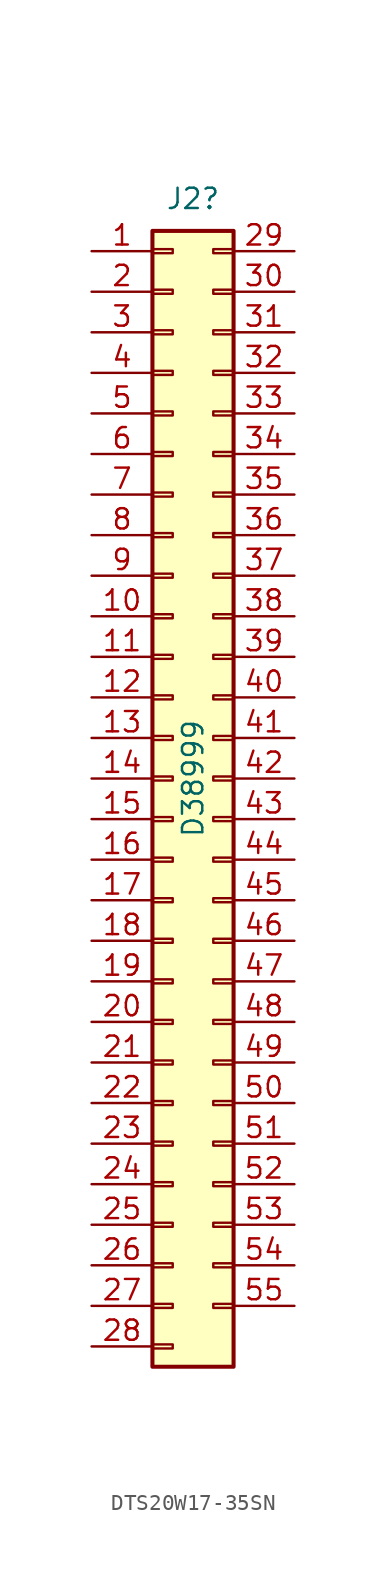
<source format=kicad_sym>
(kicad_symbol_lib
  (version 20220914)
  (generator kicad_symbol_editor)
  (symbol "DTS20W17-35SN"
    (pin_names
      (offset 1.016) hide)
    (property "Reference" "J2"
      (at 1.27 35.56 0)
      (effects (font (size 1.27 1.27)) (justify bottom)))
    (property "Value" "D38999"
      (at 1.27 0 90)
      (effects (font (size 1.27 1.27))))
    (symbol "DTS20W17-35SN_1_1"
      (rectangle (start -1.27 -35.433) (end 0 -35.687) (stroke (width 0.152) (type default)) (fill (type none)))
      (rectangle (start -1.27 -32.893) (end 0 -33.147) (stroke (width 0.152) (type default)) (fill (type none)))
      (rectangle (start -1.27 -30.353) (end 0 -30.607) (stroke (width 0.152) (type default)) (fill (type none)))
      (rectangle (start -1.27 -27.813) (end 0 -28.067) (stroke (width 0.152) (type default)) (fill (type none)))
      (rectangle (start -1.27 -25.273) (end 0 -25.527) (stroke (width 0.152) (type default)) (fill (type none)))
      (rectangle (start -1.27 -22.733) (end 0 -22.987) (stroke (width 0.152) (type default)) (fill (type none)))
      (rectangle (start -1.27 -20.193) (end 0 -20.447) (stroke (width 0.152) (type default)) (fill (type none)))
      (rectangle (start -1.27 -17.653) (end 0 -17.907) (stroke (width 0.152) (type default)) (fill (type none)))
      (rectangle (start -1.27 -15.113) (end 0 -15.367) (stroke (width 0.152) (type default)) (fill (type none)))
      (rectangle (start -1.27 -12.573) (end 0 -12.827) (stroke (width 0.152) (type default)) (fill (type none)))
      (rectangle (start -1.27 -10.033) (end 0 -10.287) (stroke (width 0.152) (type default)) (fill (type none)))
      (rectangle (start -1.27 -7.493) (end 0 -7.747) (stroke (width 0.152) (type default)) (fill (type none)))
      (rectangle (start -1.27 -4.953) (end 0 -5.207) (stroke (width 0.152) (type default)) (fill (type none)))
      (rectangle (start -1.27 -2.413) (end 0 -2.667) (stroke (width 0.152) (type default)) (fill (type none)))
      (rectangle (start -1.27 0.127) (end 0 -0.127) (stroke (width 0.152) (type default)) (fill (type none)))
      (rectangle (start -1.27 2.667) (end 0 2.413) (stroke (width 0.152) (type default)) (fill (type none)))
      (rectangle (start -1.27 5.207) (end 0 4.953) (stroke (width 0.152) (type default)) (fill (type none)))
      (rectangle (start -1.27 7.747) (end 0 7.493) (stroke (width 0.152) (type default)) (fill (type none)))
      (rectangle (start -1.27 10.287) (end 0 10.033) (stroke (width 0.152) (type default)) (fill (type none)))
      (rectangle (start -1.27 12.827) (end 0 12.573) (stroke (width 0.152) (type default)) (fill (type none)))
      (rectangle (start -1.27 15.367) (end 0 15.113) (stroke (width 0.152) (type default)) (fill (type none)))
      (rectangle (start -1.27 17.907) (end 0 17.653) (stroke (width 0.152) (type default)) (fill (type none)))
      (rectangle (start -1.27 20.447) (end 0 20.193) (stroke (width 0.152) (type default)) (fill (type none)))
      (rectangle (start -1.27 22.987) (end 0 22.733) (stroke (width 0.152) (type default)) (fill (type none)))
      (rectangle (start -1.27 25.527) (end 0 25.273) (stroke (width 0.152) (type default)) (fill (type none)))
      (rectangle (start -1.27 28.067) (end 0 27.813) (stroke (width 0.152) (type default)) (fill (type none)))
      (rectangle (start -1.27 30.607) (end 0 30.353) (stroke (width 0.152) (type default)) (fill (type none)))
      (rectangle (start -1.27 33.147) (end 0 32.893) (stroke (width 0.152) (type default)) (fill (type none)))
      (rectangle (start -1.27 34.29) (end 3.81 -36.83) (stroke (width 0.254) (type default)) (fill (type background)))
      (rectangle (start 3.81 -32.893) (end 2.54 -33.147) (stroke (width 0.152) (type default)) (fill (type none)))
      (rectangle (start 3.81 -30.353) (end 2.54 -30.607) (stroke (width 0.152) (type default)) (fill (type none)))
      (rectangle (start 3.81 -27.813) (end 2.54 -28.067) (stroke (width 0.152) (type default)) (fill (type none)))
      (rectangle (start 3.81 -25.273) (end 2.54 -25.527) (stroke (width 0.152) (type default)) (fill (type none)))
      (rectangle (start 3.81 -22.733) (end 2.54 -22.987) (stroke (width 0.152) (type default)) (fill (type none)))
      (rectangle (start 3.81 -20.193) (end 2.54 -20.447) (stroke (width 0.152) (type default)) (fill (type none)))
      (rectangle (start 3.81 -17.653) (end 2.54 -17.907) (stroke (width 0.152) (type default)) (fill (type none)))
      (rectangle (start 3.81 -15.113) (end 2.54 -15.367) (stroke (width 0.152) (type default)) (fill (type none)))
      (rectangle (start 3.81 -12.573) (end 2.54 -12.827) (stroke (width 0.152) (type default)) (fill (type none)))
      (rectangle (start 3.81 -10.033) (end 2.54 -10.287) (stroke (width 0.152) (type default)) (fill (type none)))
      (rectangle (start 3.81 -7.493) (end 2.54 -7.747) (stroke (width 0.152) (type default)) (fill (type none)))
      (rectangle (start 3.81 -4.953) (end 2.54 -5.207) (stroke (width 0.152) (type default)) (fill (type none)))
      (rectangle (start 3.81 -2.413) (end 2.54 -2.667) (stroke (width 0.152) (type default)) (fill (type none)))
      (rectangle (start 3.81 0.127) (end 2.54 -0.127) (stroke (width 0.152) (type default)) (fill (type none)))
      (rectangle (start 3.81 2.667) (end 2.54 2.413) (stroke (width 0.152) (type default)) (fill (type none)))
      (rectangle (start 3.81 5.207) (end 2.54 4.953) (stroke (width 0.152) (type default)) (fill (type none)))
      (rectangle (start 3.81 7.747) (end 2.54 7.493) (stroke (width 0.152) (type default)) (fill (type none)))
      (rectangle (start 3.81 10.287) (end 2.54 10.033) (stroke (width 0.152) (type default)) (fill (type none)))
      (rectangle (start 3.81 12.827) (end 2.54 12.573) (stroke (width 0.152) (type default)) (fill (type none)))
      (rectangle (start 3.81 15.367) (end 2.54 15.113) (stroke (width 0.152) (type default)) (fill (type none)))
      (rectangle (start 3.81 17.907) (end 2.54 17.653) (stroke (width 0.152) (type default)) (fill (type none)))
      (rectangle (start 3.81 20.447) (end 2.54 20.193) (stroke (width 0.152) (type default)) (fill (type none)))
      (rectangle (start 3.81 22.987) (end 2.54 22.733) (stroke (width 0.152) (type default)) (fill (type none)))
      (rectangle (start 3.81 25.527) (end 2.54 25.273) (stroke (width 0.152) (type default)) (fill (type none)))
      (rectangle (start 3.81 28.067) (end 2.54 27.813) (stroke (width 0.152) (type default)) (fill (type none)))
      (rectangle (start 3.81 30.607) (end 2.54 30.353) (stroke (width 0.152) (type default)) (fill (type none)))
      (rectangle (start 3.81 33.147) (end 2.54 32.893) (stroke (width 0.152) (type default)) (fill (type none)))
      (pin passive line (at -5.08 33.02 0) (length 3.81) (name "Pin_1" (effects (font (size 1.27 1.27)))) (number "1" (effects (font (size 1.27 1.27)))))
      (pin passive line (at -5.08 10.16 0) (length 3.81) (name "Pin_10" (effects (font (size 1.27 1.27)))) (number "10" (effects (font (size 1.27 1.27)))))
      (pin passive line (at -5.08 7.62 0) (length 3.81) (name "Pin_11" (effects (font (size 1.27 1.27)))) (number "11" (effects (font (size 1.27 1.27)))))
      (pin passive line (at -5.08 5.08 0) (length 3.81) (name "Pin_12" (effects (font (size 1.27 1.27)))) (number "12" (effects (font (size 1.27 1.27)))))
      (pin passive line (at -5.08 2.54 0) (length 3.81) (name "Pin_13" (effects (font (size 1.27 1.27)))) (number "13" (effects (font (size 1.27 1.27)))))
      (pin passive line (at -5.08 0 0) (length 3.81) (name "Pin_14" (effects (font (size 1.27 1.27)))) (number "14" (effects (font (size 1.27 1.27)))))
      (pin passive line (at -5.08 -2.54 0) (length 3.81) (name "Pin_15" (effects (font (size 1.27 1.27)))) (number "15" (effects (font (size 1.27 1.27)))))
      (pin passive line (at -5.08 -5.08 0) (length 3.81) (name "Pin_16" (effects (font (size 1.27 1.27)))) (number "16" (effects (font (size 1.27 1.27)))))
      (pin passive line (at -5.08 -7.62 0) (length 3.81) (name "Pin_17" (effects (font (size 1.27 1.27)))) (number "17" (effects (font (size 1.27 1.27)))))
      (pin passive line (at -5.08 -10.16 0) (length 3.81) (name "Pin_18" (effects (font (size 1.27 1.27)))) (number "18" (effects (font (size 1.27 1.27)))))
      (pin passive line (at -5.08 -12.7 0) (length 3.81) (name "Pin_19" (effects (font (size 1.27 1.27)))) (number "19" (effects (font (size 1.27 1.27)))))
      (pin passive line (at -5.08 30.48 0) (length 3.81) (name "Pin_2" (effects (font (size 1.27 1.27)))) (number "2" (effects (font (size 1.27 1.27)))))
      (pin passive line (at -5.08 -15.24 0) (length 3.81) (name "Pin_20" (effects (font (size 1.27 1.27)))) (number "20" (effects (font (size 1.27 1.27)))))
      (pin passive line (at -5.08 -17.78 0) (length 3.81) (name "Pin_21" (effects (font (size 1.27 1.27)))) (number "21" (effects (font (size 1.27 1.27)))))
      (pin passive line (at -5.08 -20.32 0) (length 3.81) (name "Pin_22" (effects (font (size 1.27 1.27)))) (number "22" (effects (font (size 1.27 1.27)))))
      (pin passive line (at -5.08 -22.86 0) (length 3.81) (name "Pin_23" (effects (font (size 1.27 1.27)))) (number "23" (effects (font (size 1.27 1.27)))))
      (pin passive line (at -5.08 -25.4 0) (length 3.81) (name "Pin_24" (effects (font (size 1.27 1.27)))) (number "24" (effects (font (size 1.27 1.27)))))
      (pin passive line (at -5.08 -27.94 0) (length 3.81) (name "Pin_25" (effects (font (size 1.27 1.27)))) (number "25" (effects (font (size 1.27 1.27)))))
      (pin passive line (at -5.08 -30.48 0) (length 3.81) (name "Pin_26" (effects (font (size 1.27 1.27)))) (number "26" (effects (font (size 1.27 1.27)))))
      (pin passive line (at -5.08 -33.02 0) (length 3.81) (name "Pin_27" (effects (font (size 1.27 1.27)))) (number "27" (effects (font (size 1.27 1.27)))))
      (pin passive line (at -5.08 -35.56 0) (length 3.81) (name "Pin_28" (effects (font (size 1.27 1.27)))) (number "28" (effects (font (size 1.27 1.27)))))
      (pin passive line (at 7.62 33.02 180) (length 3.81) (name "Pin_29" (effects (font (size 1.27 1.27)))) (number "29" (effects (font (size 1.27 1.27)))))
      (pin passive line (at -5.08 27.94 0) (length 3.81) (name "Pin_3" (effects (font (size 1.27 1.27)))) (number "3" (effects (font (size 1.27 1.27)))))
      (pin passive line (at 7.62 30.48 180) (length 3.81) (name "Pin_30" (effects (font (size 1.27 1.27)))) (number "30" (effects (font (size 1.27 1.27)))))
      (pin passive line (at 7.62 27.94 180) (length 3.81) (name "Pin_31" (effects (font (size 1.27 1.27)))) (number "31" (effects (font (size 1.27 1.27)))))
      (pin passive line (at 7.62 25.4 180) (length 3.81) (name "Pin_32" (effects (font (size 1.27 1.27)))) (number "32" (effects (font (size 1.27 1.27)))))
      (pin passive line (at 7.62 22.86 180) (length 3.81) (name "Pin_33" (effects (font (size 1.27 1.27)))) (number "33" (effects (font (size 1.27 1.27)))))
      (pin passive line (at 7.62 20.32 180) (length 3.81) (name "Pin_34" (effects (font (size 1.27 1.27)))) (number "34" (effects (font (size 1.27 1.27)))))
      (pin passive line (at 7.62 17.78 180) (length 3.81) (name "Pin_35" (effects (font (size 1.27 1.27)))) (number "35" (effects (font (size 1.27 1.27)))))
      (pin passive line (at 7.62 15.24 180) (length 3.81) (name "Pin_36" (effects (font (size 1.27 1.27)))) (number "36" (effects (font (size 1.27 1.27)))))
      (pin passive line (at 7.62 12.7 180) (length 3.81) (name "Pin_37" (effects (font (size 1.27 1.27)))) (number "37" (effects (font (size 1.27 1.27)))))
      (pin passive line (at 7.62 10.16 180) (length 3.81) (name "Pin_38" (effects (font (size 1.27 1.27)))) (number "38" (effects (font (size 1.27 1.27)))))
      (pin passive line (at 7.62 7.62 180) (length 3.81) (name "Pin_39" (effects (font (size 1.27 1.27)))) (number "39" (effects (font (size 1.27 1.27)))))
      (pin passive line (at -5.08 25.4 0) (length 3.81) (name "Pin_4" (effects (font (size 1.27 1.27)))) (number "4" (effects (font (size 1.27 1.27)))))
      (pin passive line (at 7.62 5.08 180) (length 3.81) (name "Pin_40" (effects (font (size 1.27 1.27)))) (number "40" (effects (font (size 1.27 1.27)))))
      (pin passive line (at 7.62 2.54 180) (length 3.81) (name "Pin_41" (effects (font (size 1.27 1.27)))) (number "41" (effects (font (size 1.27 1.27)))))
      (pin passive line (at 7.62 0 180) (length 3.81) (name "Pin_42" (effects (font (size 1.27 1.27)))) (number "42" (effects (font (size 1.27 1.27)))))
      (pin passive line (at 7.62 -2.54 180) (length 3.81) (name "Pin_43" (effects (font (size 1.27 1.27)))) (number "43" (effects (font (size 1.27 1.27)))))
      (pin passive line (at 7.62 -5.08 180) (length 3.81) (name "Pin_44" (effects (font (size 1.27 1.27)))) (number "44" (effects (font (size 1.27 1.27)))))
      (pin passive line (at 7.62 -7.62 180) (length 3.81) (name "Pin_45" (effects (font (size 1.27 1.27)))) (number "45" (effects (font (size 1.27 1.27)))))
      (pin passive line (at 7.62 -10.16 180) (length 3.81) (name "Pin_46" (effects (font (size 1.27 1.27)))) (number "46" (effects (font (size 1.27 1.27)))))
      (pin passive line (at 7.62 -12.7 180) (length 3.81) (name "Pin_47" (effects (font (size 1.27 1.27)))) (number "47" (effects (font (size 1.27 1.27)))))
      (pin passive line (at 7.62 -15.24 180) (length 3.81) (name "Pin_48" (effects (font (size 1.27 1.27)))) (number "48" (effects (font (size 1.27 1.27)))))
      (pin passive line (at 7.62 -17.78 180) (length 3.81) (name "Pin_49" (effects (font (size 1.27 1.27)))) (number "49" (effects (font (size 1.27 1.27)))))
      (pin passive line (at -5.08 22.86 0) (length 3.81) (name "Pin_5" (effects (font (size 1.27 1.27)))) (number "5" (effects (font (size 1.27 1.27)))))
      (pin passive line (at 7.62 -20.32 180) (length 3.81) (name "Pin_50" (effects (font (size 1.27 1.27)))) (number "50" (effects (font (size 1.27 1.27)))))
      (pin passive line (at 7.62 -22.86 180) (length 3.81) (name "Pin_51" (effects (font (size 1.27 1.27)))) (number "51" (effects (font (size 1.27 1.27)))))
      (pin passive line (at 7.62 -25.4 180) (length 3.81) (name "Pin_52" (effects (font (size 1.27 1.27)))) (number "52" (effects (font (size 1.27 1.27)))))
      (pin passive line (at 7.62 -27.94 180) (length 3.81) (name "Pin_53" (effects (font (size 1.27 1.27)))) (number "53" (effects (font (size 1.27 1.27)))))
      (pin passive line (at 7.62 -30.48 180) (length 3.81) (name "Pin_54" (effects (font (size 1.27 1.27)))) (number "54" (effects (font (size 1.27 1.27)))))
      (pin passive line (at 7.62 -33.02 180) (length 3.81) (name "Pin_55" (effects (font (size 1.27 1.27)))) (number "55" (effects (font (size 1.27 1.27)))))
      (pin passive line (at -5.08 20.32 0) (length 3.81) (name "Pin_6" (effects (font (size 1.27 1.27)))) (number "6" (effects (font (size 1.27 1.27)))))
      (pin passive line (at -5.08 17.78 0) (length 3.81) (name "Pin_7" (effects (font (size 1.27 1.27)))) (number "7" (effects (font (size 1.27 1.27)))))
      (pin passive line (at -5.08 15.24 0) (length 3.81) (name "Pin_8" (effects (font (size 1.27 1.27)))) (number "8" (effects (font (size 1.27 1.27)))))
      (pin passive line (at -5.08 12.7 0) (length 3.81) (name "Pin_9" (effects (font (size 1.27 1.27)))) (number "9" (effects (font (size 1.27 1.27))))))))
</source>
